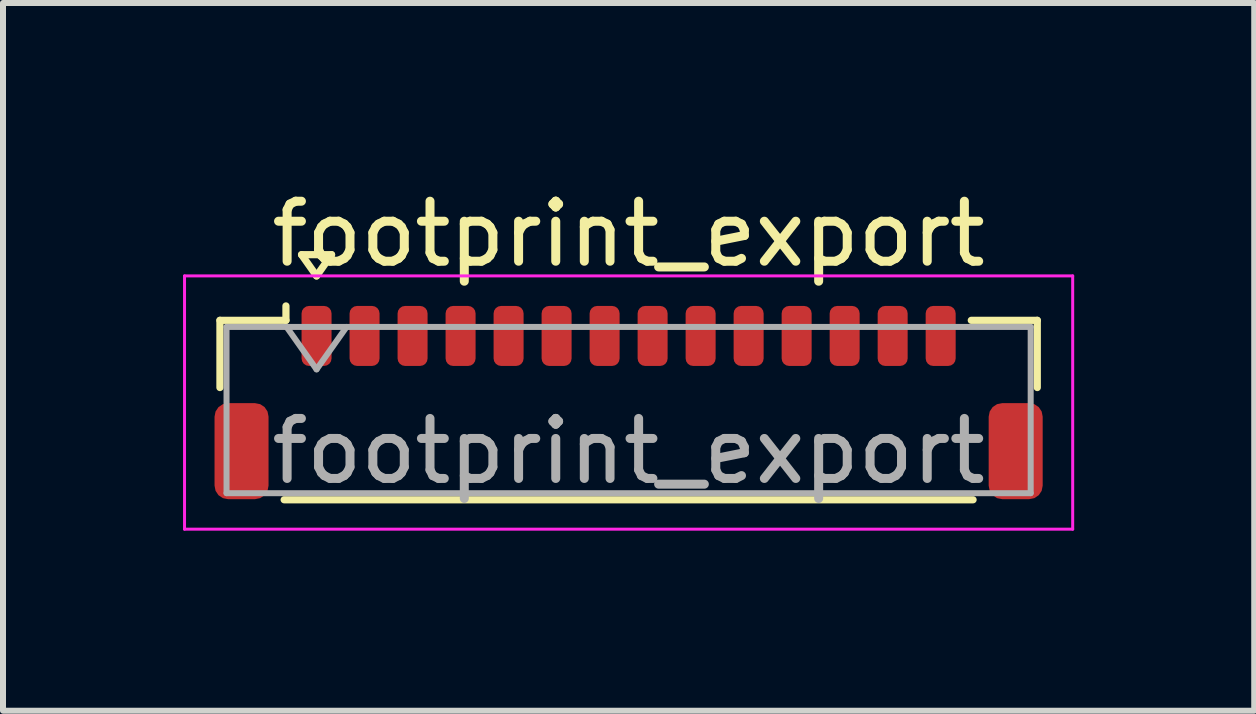
<source format=kicad_pcb>
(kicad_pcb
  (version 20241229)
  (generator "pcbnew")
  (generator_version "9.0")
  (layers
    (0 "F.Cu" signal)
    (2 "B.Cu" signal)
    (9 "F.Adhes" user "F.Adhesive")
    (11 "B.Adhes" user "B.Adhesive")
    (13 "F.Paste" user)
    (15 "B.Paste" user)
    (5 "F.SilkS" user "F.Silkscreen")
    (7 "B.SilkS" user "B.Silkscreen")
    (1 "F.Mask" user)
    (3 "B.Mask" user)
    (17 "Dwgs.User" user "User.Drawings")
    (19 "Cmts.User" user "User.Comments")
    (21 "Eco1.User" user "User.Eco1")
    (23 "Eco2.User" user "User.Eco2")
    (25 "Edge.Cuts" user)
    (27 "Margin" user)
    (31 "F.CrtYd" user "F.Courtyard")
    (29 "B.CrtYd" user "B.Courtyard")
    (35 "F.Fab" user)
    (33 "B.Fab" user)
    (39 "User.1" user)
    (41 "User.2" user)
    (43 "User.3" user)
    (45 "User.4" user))
  (footprint "footprint_export"
    (layer "F.Cu")
    (at 7.425 3.658)
    (property "Reference" "footprint_export" (at 0 -2.81 0) (layer "F.SilkS") (effects (font (size 1 1) (thickness 0.15))))
    (attr smd)
    (fp_line (start -6.81 -1.37) (end -5.71 -1.37) (stroke (width 0.12) (type solid)) (layer "F.SilkS"))
    (fp_line (start -6.81 -0.25) (end -6.81 -1.37) (stroke (width 0.12) (type solid)) (layer "F.SilkS"))
    (fp_line (start -5.74 1.62) (end 5.74 1.62) (stroke (width 0.12) (type solid)) (layer "F.SilkS"))
    (fp_line (start -5.71 -1.37) (end -5.71 -1.61) (stroke (width 0.12) (type solid)) (layer "F.SilkS"))
    (fp_line (start -5.45 -2.464) (end -5.2 -2.11) (stroke (width 0.12) (type solid)) (layer "F.SilkS"))
    (fp_line (start -5.2 -2.11) (end -4.95 -2.464) (stroke (width 0.12) (type solid)) (layer "F.SilkS"))
    (fp_line (start -4.95 -2.464) (end -5.45 -2.464) (stroke (width 0.12) (type solid)) (layer "F.SilkS"))
    (fp_line (start 6.81 -1.37) (end 5.71 -1.37) (stroke (width 0.12) (type solid)) (layer "F.SilkS"))
    (fp_line (start 6.81 -0.25) (end 6.81 -1.37) (stroke (width 0.12) (type solid)) (layer "F.SilkS"))
    (fp_line (start -7.4 -2.11) (end -7.4 2.11) (stroke (width 0.05) (type solid)) (layer "F.CrtYd"))
    (fp_line (start -7.4 2.11) (end 7.4 2.11) (stroke (width 0.05) (type solid)) (layer "F.CrtYd"))
    (fp_line (start 7.4 -2.11) (end -7.4 -2.11) (stroke (width 0.05) (type solid)) (layer "F.CrtYd"))
    (fp_line (start 7.4 2.11) (end 7.4 -2.11) (stroke (width 0.05) (type solid)) (layer "F.CrtYd"))
    (fp_line (start -6.7 -1.26) (end -6.7 1.51) (stroke (width 0.1) (type solid)) (layer "F.Fab"))
    (fp_line (start -6.7 -1.26) (end 6.7 -1.26) (stroke (width 0.1) (type solid)) (layer "F.Fab"))
    (fp_line (start -6.7 1.51) (end 6.7 1.51) (stroke (width 0.1) (type solid)) (layer "F.Fab"))
    (fp_line (start -5.7 -1.26) (end -5.2 -0.553) (stroke (width 0.1) (type solid)) (layer "F.Fab"))
    (fp_line (start -5.2 -0.553) (end -4.7 -1.26) (stroke (width 0.1) (type solid)) (layer "F.Fab"))
    (fp_line (start 6.7 -1.26) (end 6.7 1.51) (stroke (width 0.1) (type solid)) (layer "F.Fab"))
    (fp_text user "${REFERENCE}" (at 0 0.81 0) (layer "F.Fab") (effects (font (size 1 1) (thickness 0.15))))
    (pad "1" smd roundrect (at -5.2 -1.11) (size 0.5 1) (layers "F.Cu" "F.Mask" "F.Paste") (roundrect_rratio 0.25))
    (pad "2" smd roundrect (at -4.4 -1.11) (size 0.5 1) (layers "F.Cu" "F.Mask" "F.Paste") (roundrect_rratio 0.25))
    (pad "3" smd roundrect (at -3.6 -1.11) (size 0.5 1) (layers "F.Cu" "F.Mask" "F.Paste") (roundrect_rratio 0.25))
    (pad "4" smd roundrect (at -2.8 -1.11) (size 0.5 1) (layers "F.Cu" "F.Mask" "F.Paste") (roundrect_rratio 0.25))
    (pad "5" smd roundrect (at -2 -1.11) (size 0.5 1) (layers "F.Cu" "F.Mask" "F.Paste") (roundrect_rratio 0.25))
    (pad "6" smd roundrect (at -1.2 -1.11) (size 0.5 1) (layers "F.Cu" "F.Mask" "F.Paste") (roundrect_rratio 0.25))
    (pad "7" smd roundrect (at -0.4 -1.11) (size 0.5 1) (layers "F.Cu" "F.Mask" "F.Paste") (roundrect_rratio 0.25))
    (pad "8" smd roundrect (at 0.4 -1.11) (size 0.5 1) (layers "F.Cu" "F.Mask" "F.Paste") (roundrect_rratio 0.25))
    (pad "9" smd roundrect (at 1.2 -1.11) (size 0.5 1) (layers "F.Cu" "F.Mask" "F.Paste") (roundrect_rratio 0.25))
    (pad "10" smd roundrect (at 2 -1.11) (size 0.5 1) (layers "F.Cu" "F.Mask" "F.Paste") (roundrect_rratio 0.25))
    (pad "11" smd roundrect (at 2.8 -1.11) (size 0.5 1) (layers "F.Cu" "F.Mask" "F.Paste") (roundrect_rratio 0.25))
    (pad "12" smd roundrect (at 3.6 -1.11) (size 0.5 1) (layers "F.Cu" "F.Mask" "F.Paste") (roundrect_rratio 0.25))
    (pad "13" smd roundrect (at 4.4 -1.11) (size 0.5 1) (layers "F.Cu" "F.Mask" "F.Paste") (roundrect_rratio 0.25))
    (pad "14" smd roundrect (at 5.2 -1.11) (size 0.5 1) (layers "F.Cu" "F.Mask" "F.Paste") (roundrect_rratio 0.25))
    (pad "MP" smd roundrect (at -6.45 0.81) (size 0.9 1.6) (layers "F.Cu" "F.Mask" "F.Paste") (roundrect_rratio 0.25))
    (pad "MP" smd roundrect (at 6.45 0.81) (size 0.9 1.6) (layers "F.Cu" "F.Mask" "F.Paste") (roundrect_rratio 0.25)))
  (gr_rect
    (start -3 -3)
    (end 17.85 8.793)
    (stroke (width 0.1) (type default))
    (fill no)
    (layer "Edge.Cuts")))
</source>
